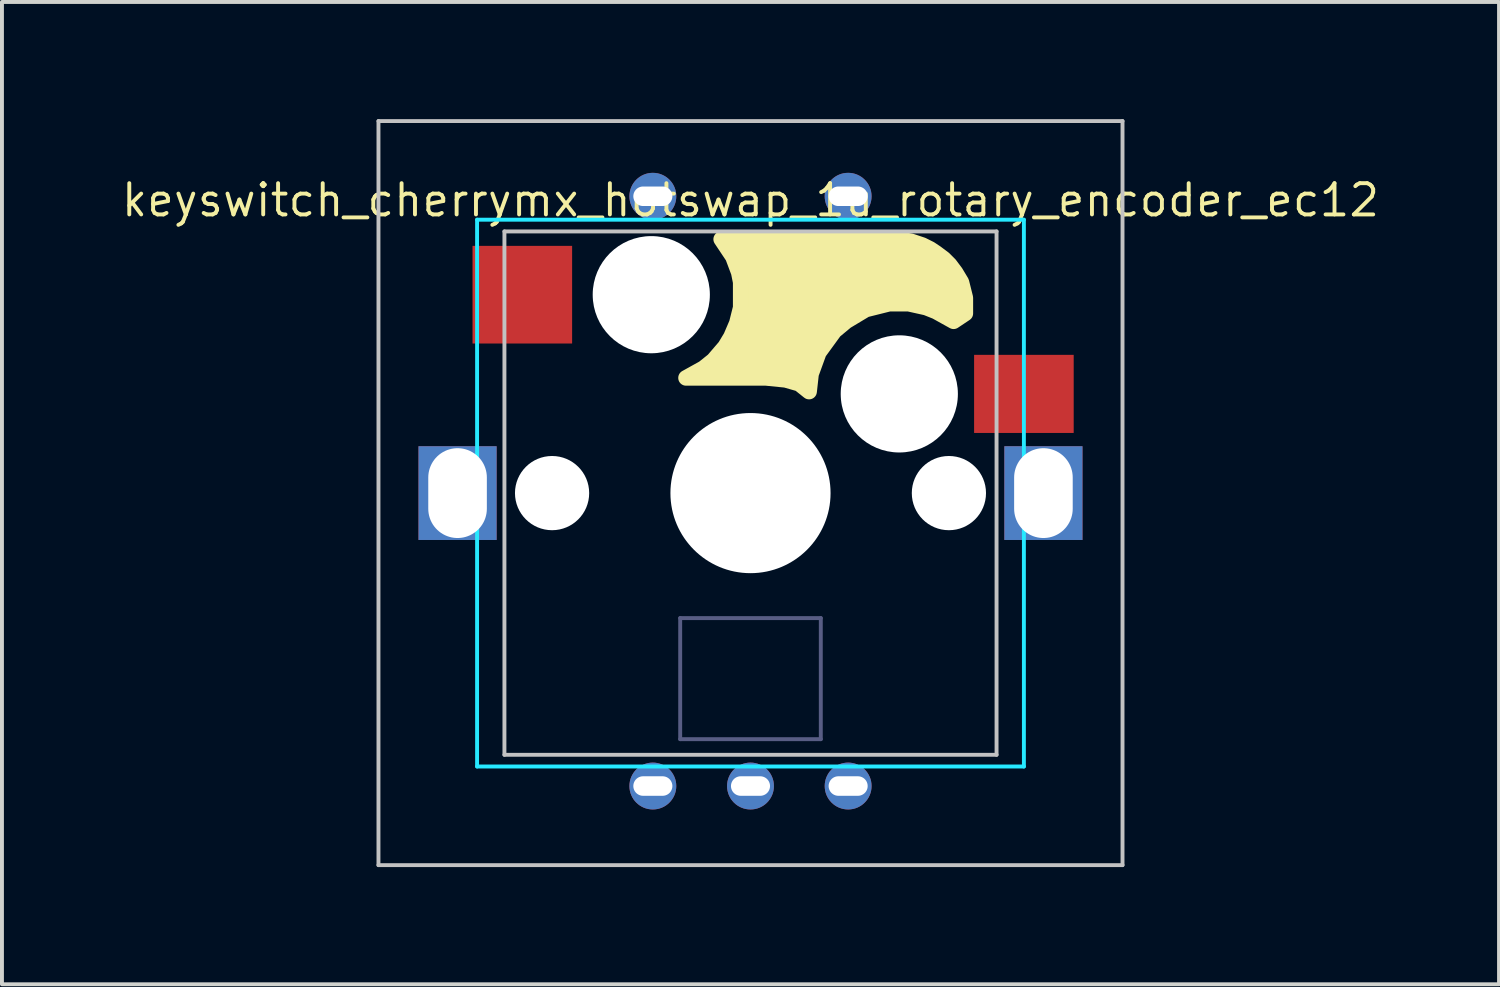
<source format=kicad_pcb>
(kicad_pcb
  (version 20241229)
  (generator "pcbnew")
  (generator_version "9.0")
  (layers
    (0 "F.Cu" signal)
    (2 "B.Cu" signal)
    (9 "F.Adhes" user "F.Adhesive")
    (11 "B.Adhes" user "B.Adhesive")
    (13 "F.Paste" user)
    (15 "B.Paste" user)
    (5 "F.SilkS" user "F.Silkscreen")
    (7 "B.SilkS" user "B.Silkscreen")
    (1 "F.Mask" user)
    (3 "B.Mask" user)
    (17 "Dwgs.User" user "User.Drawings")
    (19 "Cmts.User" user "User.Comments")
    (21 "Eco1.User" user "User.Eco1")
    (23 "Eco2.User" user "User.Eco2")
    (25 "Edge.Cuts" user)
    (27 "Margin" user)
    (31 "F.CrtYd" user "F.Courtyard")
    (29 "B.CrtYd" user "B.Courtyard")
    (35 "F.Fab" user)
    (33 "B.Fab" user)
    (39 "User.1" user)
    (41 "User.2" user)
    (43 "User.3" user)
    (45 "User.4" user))
  (footprint "keyswitch_cherrymx_hotswap_1u_rotary_encoder_ec12"
    (layer "F.Cu")
    (at 16.165 9.575)
    (property "Reference" "keyswitch_cherrymx_hotswap_1u_rotary_encoder_ec12" (at 0 -7.5 0) (layer "F.SilkS") (effects (font (size 0.8 0.8) (thickness 0.1) (bold yes))))
    (attr smd)
    (fp_poly (pts (xy 3.6 -6.5) (xy 3.8 -6.5) (xy 4.1 -6.45) (xy 4.4 -6.35) (xy 4.6 -6.25) (xy 4.75 -6.15) (xy 4.95 -6) (xy 5.1 -5.85) (xy 5.25 -5.65) (xy 5.4 -5.4) (xy 5.5 -5) (xy 5.5 -4.6) (xy 5.35 -4.5) (xy 5.2 -4.4) (xy 4.75 -4.65) (xy 4.5 -4.75) (xy 4.05 -4.85) (xy 3.55 -4.85) (xy 2.95 -4.7) (xy 2.45 -4.4) (xy 2.15 -4.15) (xy 1.75 -3.6) (xy 1.55 -3.05) (xy 1.5 -2.6) (xy 1.25 -2.8) (xy 0.9 -2.9) (xy 0.4 -2.95) (xy -1.65 -2.95) (xy -1.2 -3.2) (xy -0.95 -3.4) (xy -0.65 -3.75) (xy -0.5 -4) (xy -0.35 -4.35) (xy -0.25 -4.75) (xy -0.25 -5.05) (xy -0.25 -5.4) (xy -0.3 -5.65) (xy -0.45 -6.05) (xy -0.75 -6.5)) (stroke (width 0.4) (type solid)) (fill yes) (layer "F.SilkS"))
    (fp_line (start -9.525 -9.525) (end -9.525 9.525) (stroke (width 0.1) (type solid)) (layer "Dwgs.User"))
    (fp_line (start -9.525 9.525) (end 9.525 9.525) (stroke (width 0.1) (type solid)) (layer "Dwgs.User"))
    (fp_line (start -6.3 -6.7) (end -6.3 6.7) (stroke (width 0.1) (type default)) (layer "Dwgs.User"))
    (fp_line (start -6.3 -6.7) (end 6.3 -6.7) (stroke (width 0.1) (type default)) (layer "Dwgs.User"))
    (fp_line (start -6.3 6.7) (end 6.3 6.7) (stroke (width 0.1) (type default)) (layer "Dwgs.User"))
    (fp_line (start 6.3 -6.7) (end 6.3 6.7) (stroke (width 0.1) (type default)) (layer "Dwgs.User"))
    (fp_line (start 9.525 -9.525) (end -9.525 -9.525) (stroke (width 0.1) (type solid)) (layer "Dwgs.User"))
    (fp_line (start 9.525 9.525) (end 9.525 -9.525) (stroke (width 0.1) (type solid)) (layer "Dwgs.User"))
    (fp_line (start -7 7) (end -7 -7) (stroke (width 0.1) (type default)) (layer "B.CrtYd"))
    (fp_line (start 7 -7) (end -7 -7) (stroke (width 0.1) (type default)) (layer "B.CrtYd"))
    (fp_line (start 7 -7) (end 7 7) (stroke (width 0.1) (type default)) (layer "B.CrtYd"))
    (fp_line (start 7 7) (end -7 7) (stroke (width 0.1) (type default)) (layer "B.CrtYd"))
    (fp_line (start -1.8 3.2) (end -1.8 6.3) (stroke (width 0.1) (type default)) (layer "B.Fab"))
    (fp_line (start 1.8 3.2) (end -1.8 3.2) (stroke (width 0.1) (type default)) (layer "B.Fab"))
    (fp_line (start 1.8 3.2) (end 1.8 6.3) (stroke (width 0.1) (type default)) (layer "B.Fab"))
    (fp_line (start 1.8 6.3) (end -1.8 6.3) (stroke (width 0.1) (type default)) (layer "B.Fab"))
    (pad "" thru_hole rect (at -7.5 0 270) (size 2.4 2) (drill oval 2.3 1.5) (layers "*.Cu" "*.Mask"))
    (pad "" np_thru_hole circle (at -5.08 0) (size 1.9 1.9) (drill 1.9) (layers "*.Cu" "*.Mask"))
    (pad "" np_thru_hole circle (at -2.54 -5.08) (size 3 3) (drill 3) (layers "*.Cu" "*.Mask"))
    (pad "" np_thru_hole circle (at 0 0 270) (size 4.1 4.1) (drill 4.1) (layers "*.Cu" "*.Mask"))
    (pad "" np_thru_hole circle (at 3.81 -2.54) (size 3 3) (drill 3) (layers "*.Cu" "*.Mask"))
    (pad "" np_thru_hole circle (at 5.08 0) (size 1.9 1.9) (drill 1.9) (layers "*.Cu" "*.Mask"))
    (pad "" thru_hole rect (at 7.5 0 270) (size 2.4 2) (drill oval 2.3 1.5) (layers "*.Cu" "*.Mask"))
    (pad "A" thru_hole circle (at 2.5 7.5) (size 1.2 1.2) (drill oval 1 0.5) (layers "*.Cu" "F.Mask"))
    (pad "B" thru_hole circle (at -2.5 7.5) (size 1.2 1.2) (drill oval 1 0.5) (layers "*.Cu" "F.Mask"))
    (pad "C" thru_hole circle (at 0 7.5) (size 1.2 1.2) (drill oval 1 0.5) (layers "*.Cu" "F.Mask"))
    (pad "S1" smd rect (at -5.842 -5.08 180) (size 2.55 2.5) (layers "F.Cu" "F.Mask" "F.Paste"))
    (pad "S1" thru_hole circle (at -2.5 -7.6) (size 1.2 1.2) (drill oval 1 0.5) (layers "*.Cu" "F.Mask"))
    (pad "S2" thru_hole circle (at 2.5 -7.6) (size 1.2 1.2) (drill oval 1 0.5) (layers "*.Cu" "F.Mask"))
    (pad "S2" smd rect (at 7 -2.54 180) (size 2.55 2) (layers "F.Cu" "F.Mask" "F.Paste")))
  (gr_rect
    (start -3 -3)
    (end 35.33 22.15)
    (stroke (width 0.1) (type default))
    (fill no)
    (layer "Edge.Cuts")))
</source>
